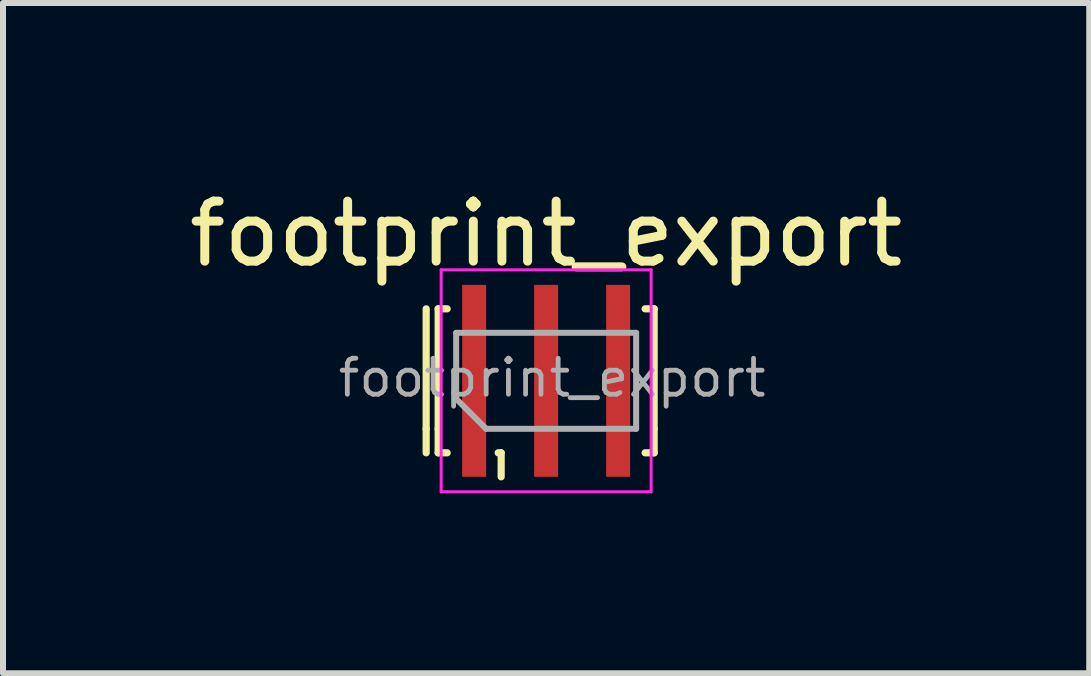
<source format=kicad_pcb>
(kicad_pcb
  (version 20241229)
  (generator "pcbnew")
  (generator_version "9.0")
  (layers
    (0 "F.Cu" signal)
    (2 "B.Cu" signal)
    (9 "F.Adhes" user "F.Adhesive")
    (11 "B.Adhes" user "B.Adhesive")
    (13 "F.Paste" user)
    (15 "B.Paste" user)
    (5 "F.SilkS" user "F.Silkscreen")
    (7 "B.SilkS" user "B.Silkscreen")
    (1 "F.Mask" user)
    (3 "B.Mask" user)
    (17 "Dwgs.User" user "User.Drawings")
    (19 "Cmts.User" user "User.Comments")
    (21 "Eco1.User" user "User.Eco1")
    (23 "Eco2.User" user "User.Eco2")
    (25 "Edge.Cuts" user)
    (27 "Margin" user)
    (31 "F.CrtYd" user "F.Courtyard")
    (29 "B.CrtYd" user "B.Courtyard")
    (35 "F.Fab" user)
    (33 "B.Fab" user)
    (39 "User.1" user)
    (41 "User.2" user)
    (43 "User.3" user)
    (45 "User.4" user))
  (footprint "footprint_export"
    (layer "F.Cu")
    (at 6.054 3.298)
    (property "Reference" "footprint_export" (at 0 -2.45 0) (layer "F.SilkS") (effects (font (size 1 1) (thickness 0.15))))
    (attr smd)
    (fp_line (start -2 -1.2) (end -2 0.8) (stroke (width 0.12) (type solid)) (layer "F.SilkS"))
    (fp_line (start -2 0.8) (end -2 1.2) (stroke (width 0.12) (type solid)) (layer "F.SilkS"))
    (fp_line (start -1.8 -1.2) (end -1.65 -1.2) (stroke (width 0.12) (type solid)) (layer "F.SilkS"))
    (fp_line (start -1.8 0.8) (end -1.8 -1.2) (stroke (width 0.12) (type solid)) (layer "F.SilkS"))
    (fp_line (start -1.8 0.8) (end -1.8 1.2) (stroke (width 0.12) (type solid)) (layer "F.SilkS"))
    (fp_line (start -1.8 1.2) (end -1.65 1.2) (stroke (width 0.12) (type solid)) (layer "F.SilkS"))
    (fp_line (start -0.75 1.2) (end -0.8 1.2) (stroke (width 0.12) (type solid)) (layer "F.SilkS"))
    (fp_line (start -0.75 1.2) (end -0.75 1.6) (stroke (width 0.12) (type solid)) (layer "F.SilkS"))
    (fp_line (start 1.8 -1.2) (end 1.65 -1.2) (stroke (width 0.12) (type solid)) (layer "F.SilkS"))
    (fp_line (start 1.8 -1.2) (end 1.8 0.8) (stroke (width 0.12) (type solid)) (layer "F.SilkS"))
    (fp_line (start 1.8 0.8) (end 1.8 1.2) (stroke (width 0.12) (type solid)) (layer "F.SilkS"))
    (fp_line (start 1.8 1.2) (end 1.65 1.2) (stroke (width 0.12) (type solid)) (layer "F.SilkS"))
    (fp_line (start -1.75 -1.85) (end 1.75 -1.85) (stroke (width 0.05) (type solid)) (layer "F.CrtYd"))
    (fp_line (start -1.75 1.85) (end -1.75 -1.85) (stroke (width 0.05) (type solid)) (layer "F.CrtYd"))
    (fp_line (start 1.75 -1.85) (end 1.75 1.85) (stroke (width 0.05) (type solid)) (layer "F.CrtYd"))
    (fp_line (start 1.75 1.85) (end -1.75 1.85) (stroke (width 0.05) (type solid)) (layer "F.CrtYd"))
    (fp_line (start -1.5 0.3) (end -1.5 -0.8) (stroke (width 0.1) (type solid)) (layer "F.Fab"))
    (fp_line (start -1 0.8) (end -1.5 0.3) (stroke (width 0.1) (type solid)) (layer "F.Fab"))
    (fp_line (start -1 0.8) (end 1.5 0.8) (stroke (width 0.1) (type solid)) (layer "F.Fab"))
    (fp_line (start 1.5 -0.8) (end -1.5 -0.8) (stroke (width 0.1) (type solid)) (layer "F.Fab"))
    (fp_line (start 1.5 0.8) (end 1.5 -0.8) (stroke (width 0.1) (type solid)) (layer "F.Fab"))
    (fp_text user "${REFERENCE}" (at 0.1 -0.05 0) (layer "F.Fab") (effects (font (size 0.6 0.6) (thickness 0.08))))
    (pad "1" smd rect (at -1.2 0) (size 0.4 3.2) (layers "F.Cu" "F.Mask" "F.Paste"))
    (pad "2" smd rect (at 0 0) (size 0.4 3.2) (layers "F.Cu" "F.Mask" "F.Paste"))
    (pad "3" smd rect (at 1.2 0) (size 0.4 3.2) (layers "F.Cu" "F.Mask" "F.Paste")))
  (gr_rect
    (start -3 -3)
    (end 15.107 8.173)
    (stroke (width 0.1) (type default))
    (fill no)
    (layer "Edge.Cuts")))
</source>
